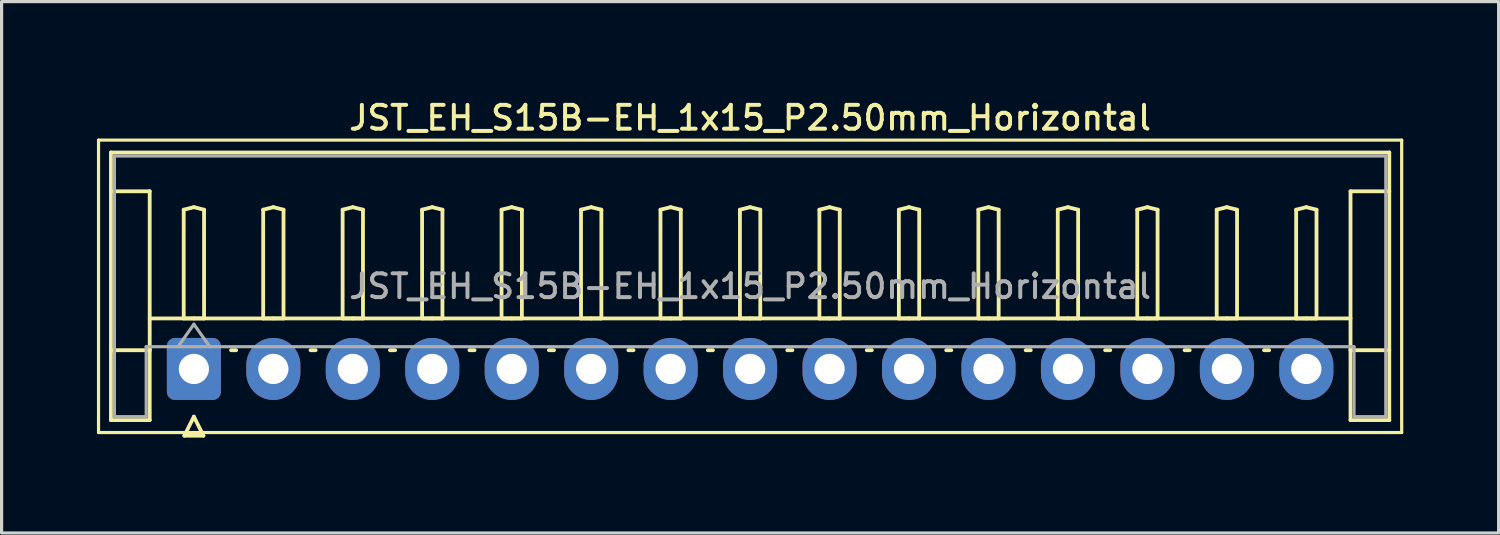
<source format=kicad_pcb>
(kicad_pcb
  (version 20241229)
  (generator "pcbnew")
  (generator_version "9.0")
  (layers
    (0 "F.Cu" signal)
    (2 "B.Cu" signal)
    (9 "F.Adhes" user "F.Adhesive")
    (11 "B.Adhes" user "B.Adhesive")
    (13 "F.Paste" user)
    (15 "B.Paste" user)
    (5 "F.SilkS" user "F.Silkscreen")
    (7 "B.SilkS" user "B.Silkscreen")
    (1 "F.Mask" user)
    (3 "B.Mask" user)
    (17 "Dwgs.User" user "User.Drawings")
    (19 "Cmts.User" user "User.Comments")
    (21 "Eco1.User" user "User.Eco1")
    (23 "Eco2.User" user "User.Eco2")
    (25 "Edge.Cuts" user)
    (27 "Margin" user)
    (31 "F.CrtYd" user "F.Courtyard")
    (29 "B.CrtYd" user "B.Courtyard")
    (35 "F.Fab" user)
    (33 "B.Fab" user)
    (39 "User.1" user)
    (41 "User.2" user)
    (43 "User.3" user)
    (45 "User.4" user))
  (footprint "JST_EH_S15B-EH_1x15_P2.50mm_Horizontal"
    (layer "F.Cu")
    (at 3.05 8.558)
    (property "Reference" "JST_EH_S15B-EH_1x15_P2.50mm_Horizontal" (at 17.5 -7.9 0) (layer "F.SilkS") (effects (font (size 0.75 0.75) (thickness 0.125))))
    (attr through_hole)
    (fp_line (start -3 -7.2) (end -3 2) (stroke (width 0.1) (type solid)) (layer "F.SilkS"))
    (fp_line (start -3 2) (end 38 2) (stroke (width 0.1) (type solid)) (layer "F.SilkS"))
    (fp_line (start -2.61 -6.81) (end 37.61 -6.81) (stroke (width 0.12) (type solid)) (layer "F.SilkS"))
    (fp_line (start -2.61 -5.59) (end -1.39 -5.59) (stroke (width 0.12) (type solid)) (layer "F.SilkS"))
    (fp_line (start -2.61 1.61) (end -2.61 -6.81) (stroke (width 0.12) (type solid)) (layer "F.SilkS"))
    (fp_line (start -1.39 -5.59) (end -1.39 -0.59) (stroke (width 0.12) (type solid)) (layer "F.SilkS"))
    (fp_line (start -1.39 -1.59) (end 36.39 -1.59) (stroke (width 0.12) (type solid)) (layer "F.SilkS"))
    (fp_line (start -1.39 -0.59) (end -2.61 -0.59) (stroke (width 0.12) (type solid)) (layer "F.SilkS"))
    (fp_line (start -1.39 -0.59) (end -1.39 1.61) (stroke (width 0.12) (type solid)) (layer "F.SilkS"))
    (fp_line (start -1.39 1.61) (end -2.61 1.61) (stroke (width 0.12) (type solid)) (layer "F.SilkS"))
    (fp_line (start -0.32 -5.01) (end 0 -5.09) (stroke (width 0.12) (type solid)) (layer "F.SilkS"))
    (fp_line (start -0.32 -1.59) (end -0.32 -5.01) (stroke (width 0.12) (type solid)) (layer "F.SilkS"))
    (fp_line (start -0.3 2.1) (end 0.3 2.1) (stroke (width 0.12) (type solid)) (layer "F.SilkS"))
    (fp_line (start 0 -5.09) (end 0.32 -5.01) (stroke (width 0.12) (type solid)) (layer "F.SilkS"))
    (fp_line (start 0 -1.59) (end -0.32 -1.59) (stroke (width 0.12) (type solid)) (layer "F.SilkS"))
    (fp_line (start 0 1.5) (end -0.3 2.1) (stroke (width 0.12) (type solid)) (layer "F.SilkS"))
    (fp_line (start 0.3 2.1) (end 0 1.5) (stroke (width 0.12) (type solid)) (layer "F.SilkS"))
    (fp_line (start 0.32 -5.01) (end 0.32 -1.59) (stroke (width 0.12) (type solid)) (layer "F.SilkS"))
    (fp_line (start 0.32 -1.59) (end 0 -1.59) (stroke (width 0.12) (type solid)) (layer "F.SilkS"))
    (fp_line (start 1.17 -0.59) (end 1.33 -0.59) (stroke (width 0.12) (type solid)) (layer "F.SilkS"))
    (fp_line (start 2.18 -5.01) (end 2.5 -5.09) (stroke (width 0.12) (type solid)) (layer "F.SilkS"))
    (fp_line (start 2.18 -1.59) (end 2.18 -5.01) (stroke (width 0.12) (type solid)) (layer "F.SilkS"))
    (fp_line (start 2.5 -5.09) (end 2.82 -5.01) (stroke (width 0.12) (type solid)) (layer "F.SilkS"))
    (fp_line (start 2.5 -1.59) (end 2.18 -1.59) (stroke (width 0.12) (type solid)) (layer "F.SilkS"))
    (fp_line (start 2.82 -5.01) (end 2.82 -1.59) (stroke (width 0.12) (type solid)) (layer "F.SilkS"))
    (fp_line (start 2.82 -1.59) (end 2.5 -1.59) (stroke (width 0.12) (type solid)) (layer "F.SilkS"))
    (fp_line (start 3.67 -0.59) (end 3.83 -0.59) (stroke (width 0.12) (type solid)) (layer "F.SilkS"))
    (fp_line (start 4.68 -5.01) (end 5 -5.09) (stroke (width 0.12) (type solid)) (layer "F.SilkS"))
    (fp_line (start 4.68 -1.59) (end 4.68 -5.01) (stroke (width 0.12) (type solid)) (layer "F.SilkS"))
    (fp_line (start 5 -5.09) (end 5.32 -5.01) (stroke (width 0.12) (type solid)) (layer "F.SilkS"))
    (fp_line (start 5 -1.59) (end 4.68 -1.59) (stroke (width 0.12) (type solid)) (layer "F.SilkS"))
    (fp_line (start 5.32 -5.01) (end 5.32 -1.59) (stroke (width 0.12) (type solid)) (layer "F.SilkS"))
    (fp_line (start 5.32 -1.59) (end 5 -1.59) (stroke (width 0.12) (type solid)) (layer "F.SilkS"))
    (fp_line (start 6.17 -0.59) (end 6.33 -0.59) (stroke (width 0.12) (type solid)) (layer "F.SilkS"))
    (fp_line (start 7.18 -5.01) (end 7.5 -5.09) (stroke (width 0.12) (type solid)) (layer "F.SilkS"))
    (fp_line (start 7.18 -1.59) (end 7.18 -5.01) (stroke (width 0.12) (type solid)) (layer "F.SilkS"))
    (fp_line (start 7.5 -5.09) (end 7.82 -5.01) (stroke (width 0.12) (type solid)) (layer "F.SilkS"))
    (fp_line (start 7.5 -1.59) (end 7.18 -1.59) (stroke (width 0.12) (type solid)) (layer "F.SilkS"))
    (fp_line (start 7.82 -5.01) (end 7.82 -1.59) (stroke (width 0.12) (type solid)) (layer "F.SilkS"))
    (fp_line (start 7.82 -1.59) (end 7.5 -1.59) (stroke (width 0.12) (type solid)) (layer "F.SilkS"))
    (fp_line (start 8.67 -0.59) (end 8.83 -0.59) (stroke (width 0.12) (type solid)) (layer "F.SilkS"))
    (fp_line (start 9.68 -5.01) (end 10 -5.09) (stroke (width 0.12) (type solid)) (layer "F.SilkS"))
    (fp_line (start 9.68 -1.59) (end 9.68 -5.01) (stroke (width 0.12) (type solid)) (layer "F.SilkS"))
    (fp_line (start 10 -5.09) (end 10.32 -5.01) (stroke (width 0.12) (type solid)) (layer "F.SilkS"))
    (fp_line (start 10 -1.59) (end 9.68 -1.59) (stroke (width 0.12) (type solid)) (layer "F.SilkS"))
    (fp_line (start 10.32 -5.01) (end 10.32 -1.59) (stroke (width 0.12) (type solid)) (layer "F.SilkS"))
    (fp_line (start 10.32 -1.59) (end 10 -1.59) (stroke (width 0.12) (type solid)) (layer "F.SilkS"))
    (fp_line (start 11.17 -0.59) (end 11.33 -0.59) (stroke (width 0.12) (type solid)) (layer "F.SilkS"))
    (fp_line (start 12.18 -5.01) (end 12.5 -5.09) (stroke (width 0.12) (type solid)) (layer "F.SilkS"))
    (fp_line (start 12.18 -1.59) (end 12.18 -5.01) (stroke (width 0.12) (type solid)) (layer "F.SilkS"))
    (fp_line (start 12.5 -5.09) (end 12.82 -5.01) (stroke (width 0.12) (type solid)) (layer "F.SilkS"))
    (fp_line (start 12.5 -1.59) (end 12.18 -1.59) (stroke (width 0.12) (type solid)) (layer "F.SilkS"))
    (fp_line (start 12.82 -5.01) (end 12.82 -1.59) (stroke (width 0.12) (type solid)) (layer "F.SilkS"))
    (fp_line (start 12.82 -1.59) (end 12.5 -1.59) (stroke (width 0.12) (type solid)) (layer "F.SilkS"))
    (fp_line (start 13.67 -0.59) (end 13.83 -0.59) (stroke (width 0.12) (type solid)) (layer "F.SilkS"))
    (fp_line (start 14.68 -5.01) (end 15 -5.09) (stroke (width 0.12) (type solid)) (layer "F.SilkS"))
    (fp_line (start 14.68 -1.59) (end 14.68 -5.01) (stroke (width 0.12) (type solid)) (layer "F.SilkS"))
    (fp_line (start 15 -5.09) (end 15.32 -5.01) (stroke (width 0.12) (type solid)) (layer "F.SilkS"))
    (fp_line (start 15 -1.59) (end 14.68 -1.59) (stroke (width 0.12) (type solid)) (layer "F.SilkS"))
    (fp_line (start 15.32 -5.01) (end 15.32 -1.59) (stroke (width 0.12) (type solid)) (layer "F.SilkS"))
    (fp_line (start 15.32 -1.59) (end 15 -1.59) (stroke (width 0.12) (type solid)) (layer "F.SilkS"))
    (fp_line (start 16.17 -0.59) (end 16.33 -0.59) (stroke (width 0.12) (type solid)) (layer "F.SilkS"))
    (fp_line (start 17.18 -5.01) (end 17.5 -5.09) (stroke (width 0.12) (type solid)) (layer "F.SilkS"))
    (fp_line (start 17.18 -1.59) (end 17.18 -5.01) (stroke (width 0.12) (type solid)) (layer "F.SilkS"))
    (fp_line (start 17.5 -5.09) (end 17.82 -5.01) (stroke (width 0.12) (type solid)) (layer "F.SilkS"))
    (fp_line (start 17.5 -1.59) (end 17.18 -1.59) (stroke (width 0.12) (type solid)) (layer "F.SilkS"))
    (fp_line (start 17.82 -5.01) (end 17.82 -1.59) (stroke (width 0.12) (type solid)) (layer "F.SilkS"))
    (fp_line (start 17.82 -1.59) (end 17.5 -1.59) (stroke (width 0.12) (type solid)) (layer "F.SilkS"))
    (fp_line (start 18.67 -0.59) (end 18.83 -0.59) (stroke (width 0.12) (type solid)) (layer "F.SilkS"))
    (fp_line (start 19.68 -5.01) (end 20 -5.09) (stroke (width 0.12) (type solid)) (layer "F.SilkS"))
    (fp_line (start 19.68 -1.59) (end 19.68 -5.01) (stroke (width 0.12) (type solid)) (layer "F.SilkS"))
    (fp_line (start 20 -5.09) (end 20.32 -5.01) (stroke (width 0.12) (type solid)) (layer "F.SilkS"))
    (fp_line (start 20 -1.59) (end 19.68 -1.59) (stroke (width 0.12) (type solid)) (layer "F.SilkS"))
    (fp_line (start 20.32 -5.01) (end 20.32 -1.59) (stroke (width 0.12) (type solid)) (layer "F.SilkS"))
    (fp_line (start 20.32 -1.59) (end 20 -1.59) (stroke (width 0.12) (type solid)) (layer "F.SilkS"))
    (fp_line (start 21.17 -0.59) (end 21.33 -0.59) (stroke (width 0.12) (type solid)) (layer "F.SilkS"))
    (fp_line (start 22.18 -5.01) (end 22.5 -5.09) (stroke (width 0.12) (type solid)) (layer "F.SilkS"))
    (fp_line (start 22.18 -1.59) (end 22.18 -5.01) (stroke (width 0.12) (type solid)) (layer "F.SilkS"))
    (fp_line (start 22.5 -5.09) (end 22.82 -5.01) (stroke (width 0.12) (type solid)) (layer "F.SilkS"))
    (fp_line (start 22.5 -1.59) (end 22.18 -1.59) (stroke (width 0.12) (type solid)) (layer "F.SilkS"))
    (fp_line (start 22.82 -5.01) (end 22.82 -1.59) (stroke (width 0.12) (type solid)) (layer "F.SilkS"))
    (fp_line (start 22.82 -1.59) (end 22.5 -1.59) (stroke (width 0.12) (type solid)) (layer "F.SilkS"))
    (fp_line (start 23.67 -0.59) (end 23.83 -0.59) (stroke (width 0.12) (type solid)) (layer "F.SilkS"))
    (fp_line (start 24.68 -5.01) (end 25 -5.09) (stroke (width 0.12) (type solid)) (layer "F.SilkS"))
    (fp_line (start 24.68 -1.59) (end 24.68 -5.01) (stroke (width 0.12) (type solid)) (layer "F.SilkS"))
    (fp_line (start 25 -5.09) (end 25.32 -5.01) (stroke (width 0.12) (type solid)) (layer "F.SilkS"))
    (fp_line (start 25 -1.59) (end 24.68 -1.59) (stroke (width 0.12) (type solid)) (layer "F.SilkS"))
    (fp_line (start 25.32 -5.01) (end 25.32 -1.59) (stroke (width 0.12) (type solid)) (layer "F.SilkS"))
    (fp_line (start 25.32 -1.59) (end 25 -1.59) (stroke (width 0.12) (type solid)) (layer "F.SilkS"))
    (fp_line (start 26.17 -0.59) (end 26.33 -0.59) (stroke (width 0.12) (type solid)) (layer "F.SilkS"))
    (fp_line (start 27.18 -5.01) (end 27.5 -5.09) (stroke (width 0.12) (type solid)) (layer "F.SilkS"))
    (fp_line (start 27.18 -1.59) (end 27.18 -5.01) (stroke (width 0.12) (type solid)) (layer "F.SilkS"))
    (fp_line (start 27.5 -5.09) (end 27.82 -5.01) (stroke (width 0.12) (type solid)) (layer "F.SilkS"))
    (fp_line (start 27.5 -1.59) (end 27.18 -1.59) (stroke (width 0.12) (type solid)) (layer "F.SilkS"))
    (fp_line (start 27.82 -5.01) (end 27.82 -1.59) (stroke (width 0.12) (type solid)) (layer "F.SilkS"))
    (fp_line (start 27.82 -1.59) (end 27.5 -1.59) (stroke (width 0.12) (type solid)) (layer "F.SilkS"))
    (fp_line (start 28.67 -0.59) (end 28.83 -0.59) (stroke (width 0.12) (type solid)) (layer "F.SilkS"))
    (fp_line (start 29.68 -5.01) (end 30 -5.09) (stroke (width 0.12) (type solid)) (layer "F.SilkS"))
    (fp_line (start 29.68 -1.59) (end 29.68 -5.01) (stroke (width 0.12) (type solid)) (layer "F.SilkS"))
    (fp_line (start 30 -5.09) (end 30.32 -5.01) (stroke (width 0.12) (type solid)) (layer "F.SilkS"))
    (fp_line (start 30 -1.59) (end 29.68 -1.59) (stroke (width 0.12) (type solid)) (layer "F.SilkS"))
    (fp_line (start 30.32 -5.01) (end 30.32 -1.59) (stroke (width 0.12) (type solid)) (layer "F.SilkS"))
    (fp_line (start 30.32 -1.59) (end 30 -1.59) (stroke (width 0.12) (type solid)) (layer "F.SilkS"))
    (fp_line (start 31.17 -0.59) (end 31.33 -0.59) (stroke (width 0.12) (type solid)) (layer "F.SilkS"))
    (fp_line (start 32.18 -5.01) (end 32.5 -5.09) (stroke (width 0.12) (type solid)) (layer "F.SilkS"))
    (fp_line (start 32.18 -1.59) (end 32.18 -5.01) (stroke (width 0.12) (type solid)) (layer "F.SilkS"))
    (fp_line (start 32.5 -5.09) (end 32.82 -5.01) (stroke (width 0.12) (type solid)) (layer "F.SilkS"))
    (fp_line (start 32.5 -1.59) (end 32.18 -1.59) (stroke (width 0.12) (type solid)) (layer "F.SilkS"))
    (fp_line (start 32.82 -5.01) (end 32.82 -1.59) (stroke (width 0.12) (type solid)) (layer "F.SilkS"))
    (fp_line (start 32.82 -1.59) (end 32.5 -1.59) (stroke (width 0.12) (type solid)) (layer "F.SilkS"))
    (fp_line (start 33.67 -0.59) (end 33.83 -0.59) (stroke (width 0.12) (type solid)) (layer "F.SilkS"))
    (fp_line (start 34.68 -5.01) (end 35 -5.09) (stroke (width 0.12) (type solid)) (layer "F.SilkS"))
    (fp_line (start 34.68 -1.59) (end 34.68 -5.01) (stroke (width 0.12) (type solid)) (layer "F.SilkS"))
    (fp_line (start 35 -5.09) (end 35.32 -5.01) (stroke (width 0.12) (type solid)) (layer "F.SilkS"))
    (fp_line (start 35 -1.59) (end 34.68 -1.59) (stroke (width 0.12) (type solid)) (layer "F.SilkS"))
    (fp_line (start 35.32 -5.01) (end 35.32 -1.59) (stroke (width 0.12) (type solid)) (layer "F.SilkS"))
    (fp_line (start 35.32 -1.59) (end 35 -1.59) (stroke (width 0.12) (type solid)) (layer "F.SilkS"))
    (fp_line (start 36.39 -5.59) (end 36.39 -0.59) (stroke (width 0.12) (type solid)) (layer "F.SilkS"))
    (fp_line (start 36.39 -0.59) (end 37.61 -0.59) (stroke (width 0.12) (type solid)) (layer "F.SilkS"))
    (fp_line (start 36.39 1.61) (end 36.39 -0.59) (stroke (width 0.12) (type solid)) (layer "F.SilkS"))
    (fp_line (start 37.61 -6.81) (end 37.61 1.61) (stroke (width 0.12) (type solid)) (layer "F.SilkS"))
    (fp_line (start 37.61 -5.59) (end 36.39 -5.59) (stroke (width 0.12) (type solid)) (layer "F.SilkS"))
    (fp_line (start 37.61 1.61) (end 36.39 1.61) (stroke (width 0.12) (type solid)) (layer "F.SilkS"))
    (fp_line (start 38 -7.2) (end -3 -7.2) (stroke (width 0.1) (type solid)) (layer "F.SilkS"))
    (fp_line (start 38 2) (end 38 -7.2) (stroke (width 0.1) (type solid)) (layer "F.SilkS"))
    (fp_line (start -2.5 -6.7) (end 37.5 -6.7) (stroke (width 0.1) (type solid)) (layer "F.Fab"))
    (fp_line (start -2.5 1.5) (end -2.5 -6.7) (stroke (width 0.1) (type solid)) (layer "F.Fab"))
    (fp_line (start -1.5 -0.7) (end -1.5 1.5) (stroke (width 0.1) (type solid)) (layer "F.Fab"))
    (fp_line (start -1.5 1.5) (end -2.5 1.5) (stroke (width 0.1) (type solid)) (layer "F.Fab"))
    (fp_line (start -0.5 -0.7) (end 0 -1.407) (stroke (width 0.1) (type solid)) (layer "F.Fab"))
    (fp_line (start 0 -1.407) (end 0.5 -0.7) (stroke (width 0.1) (type solid)) (layer "F.Fab"))
    (fp_line (start 36.5 -0.7) (end -1.5 -0.7) (stroke (width 0.1) (type solid)) (layer "F.Fab"))
    (fp_line (start 36.5 1.5) (end 36.5 -0.7) (stroke (width 0.1) (type solid)) (layer "F.Fab"))
    (fp_line (start 37.5 -6.7) (end 37.5 1.5) (stroke (width 0.1) (type solid)) (layer "F.Fab"))
    (fp_line (start 37.5 1.5) (end 36.5 1.5) (stroke (width 0.1) (type solid)) (layer "F.Fab"))
    (fp_text user "${REFERENCE}" (at 17.5 -2.6 0) (layer "F.Fab") (effects (font (size 0.75 0.75) (thickness 0.125))))
    (pad "1" thru_hole roundrect (at 0 0) (size 1.7 1.95) (drill 0.95) (layers "*.Cu" "*.Mask") (roundrect_rratio 0.147))
    (pad "2" thru_hole oval (at 2.5 0) (size 1.7 1.95) (drill 0.95) (layers "*.Cu" "*.Mask"))
    (pad "3" thru_hole oval (at 5 0) (size 1.7 1.95) (drill 0.95) (layers "*.Cu" "*.Mask"))
    (pad "4" thru_hole oval (at 7.5 0) (size 1.7 1.95) (drill 0.95) (layers "*.Cu" "*.Mask"))
    (pad "5" thru_hole oval (at 10 0) (size 1.7 1.95) (drill 0.95) (layers "*.Cu" "*.Mask"))
    (pad "6" thru_hole oval (at 12.5 0) (size 1.7 1.95) (drill 0.95) (layers "*.Cu" "*.Mask"))
    (pad "7" thru_hole oval (at 15 0) (size 1.7 1.95) (drill 0.95) (layers "*.Cu" "*.Mask"))
    (pad "8" thru_hole oval (at 17.5 0) (size 1.7 1.95) (drill 0.95) (layers "*.Cu" "*.Mask"))
    (pad "9" thru_hole oval (at 20 0) (size 1.7 1.95) (drill 0.95) (layers "*.Cu" "*.Mask"))
    (pad "10" thru_hole oval (at 22.5 0) (size 1.7 1.95) (drill 0.95) (layers "*.Cu" "*.Mask"))
    (pad "11" thru_hole oval (at 25 0) (size 1.7 1.95) (drill 0.95) (layers "*.Cu" "*.Mask"))
    (pad "12" thru_hole oval (at 27.5 0) (size 1.7 1.95) (drill 0.95) (layers "*.Cu" "*.Mask"))
    (pad "13" thru_hole oval (at 30 0) (size 1.7 1.95) (drill 0.95) (layers "*.Cu" "*.Mask"))
    (pad "14" thru_hole oval (at 32.5 0) (size 1.7 1.95) (drill 0.95) (layers "*.Cu" "*.Mask"))
    (pad "15" thru_hole oval (at 35 0) (size 1.7 1.95) (drill 0.95) (layers "*.Cu" "*.Mask")))
  (gr_rect
    (start -3 -3)
    (end 44.1 13.718)
    (stroke (width 0.1) (type default))
    (fill no)
    (layer "Edge.Cuts")))
</source>
